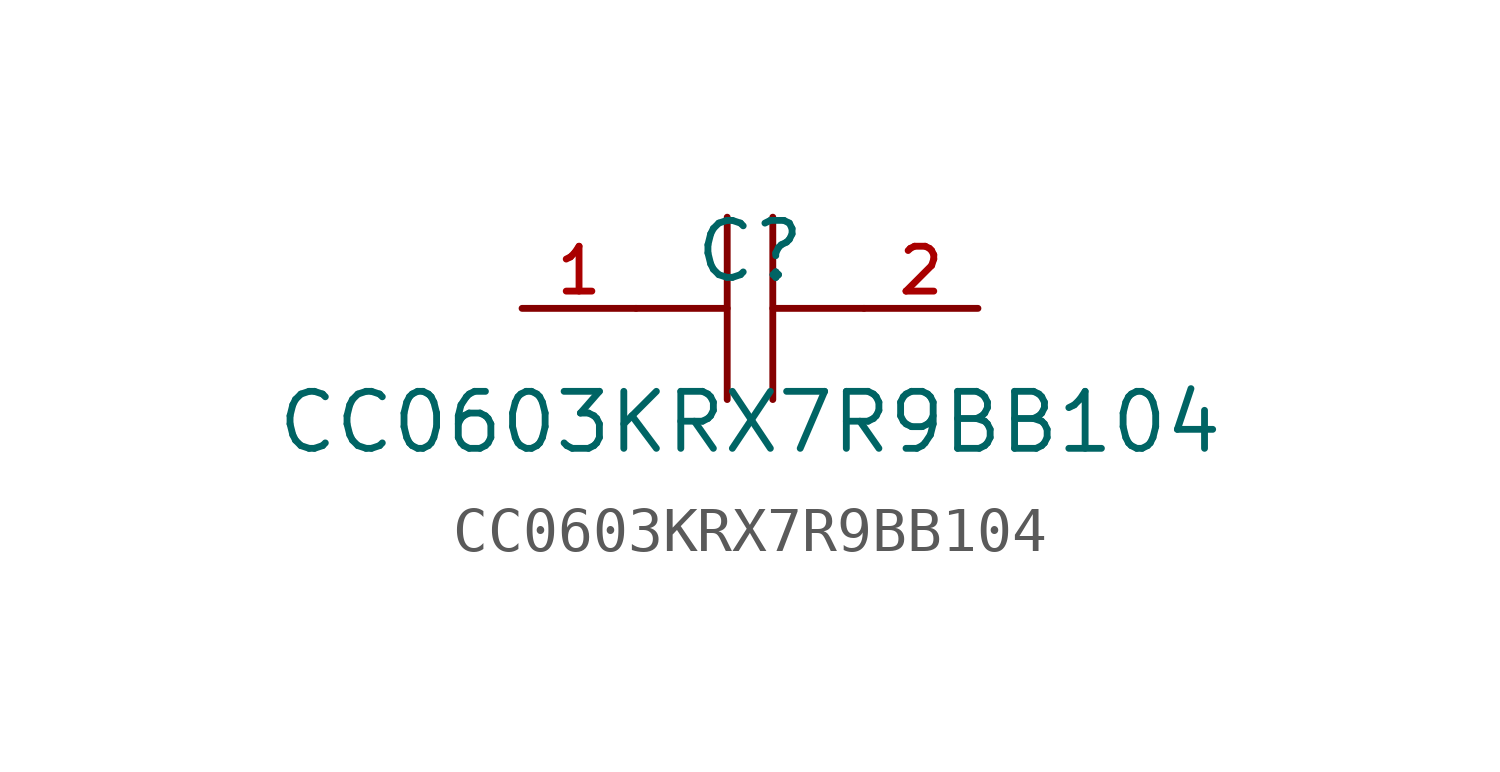
<source format=kicad_sym>
(kicad_symbol_lib
  (version 20210201)
  (generator TousstNicolas/JLC2KiCad_lib)
  (symbol "CC0603KRX7R9BB104"
    (pin_names hide)
    (property "Reference" "C"
      (at 0 1.27 0)
      (effects (font (size 1.27 1.27))))
    (property "Value" "CC0603KRX7R9BB104"
      (at 0 -2.54 0)
      (effects (font (size 1.27 1.27))))
    (symbol "CC0603KRX7R9BB104_0_1"
      (polyline (pts (xy -0.508 -2.032) (xy -0.508 2.032)) (stroke (width 0) (type default) (color 0 0 0 0)) (fill (type none)))
      (pin unspecified line (at -5.08 -0.0 0) (length 2.54) (name "1" (effects (font (size 1 1)))) (number "1" (effects (font (size 1 1)))))
      (polyline (pts (xy 2.54 -0.0) (xy 0.508 -0.0)) (stroke (width 0) (type default) (color 0 0 0 0)) (fill (type none)))
      (polyline (pts (xy 0.508 2.032) (xy 0.508 -2.032)) (stroke (width 0) (type default) (color 0 0 0 0)) (fill (type none)))
      (pin unspecified line (at 5.08 -0.0 180) (length 2.54) (name "2" (effects (font (size 1 1)))) (number "2" (effects (font (size 1 1)))))
      (polyline (pts (xy -0.508 -0.0) (xy -2.54 -0.0)) (stroke (width 0) (type default) (color 0 0 0 0)) (fill (type none))))))
</source>
